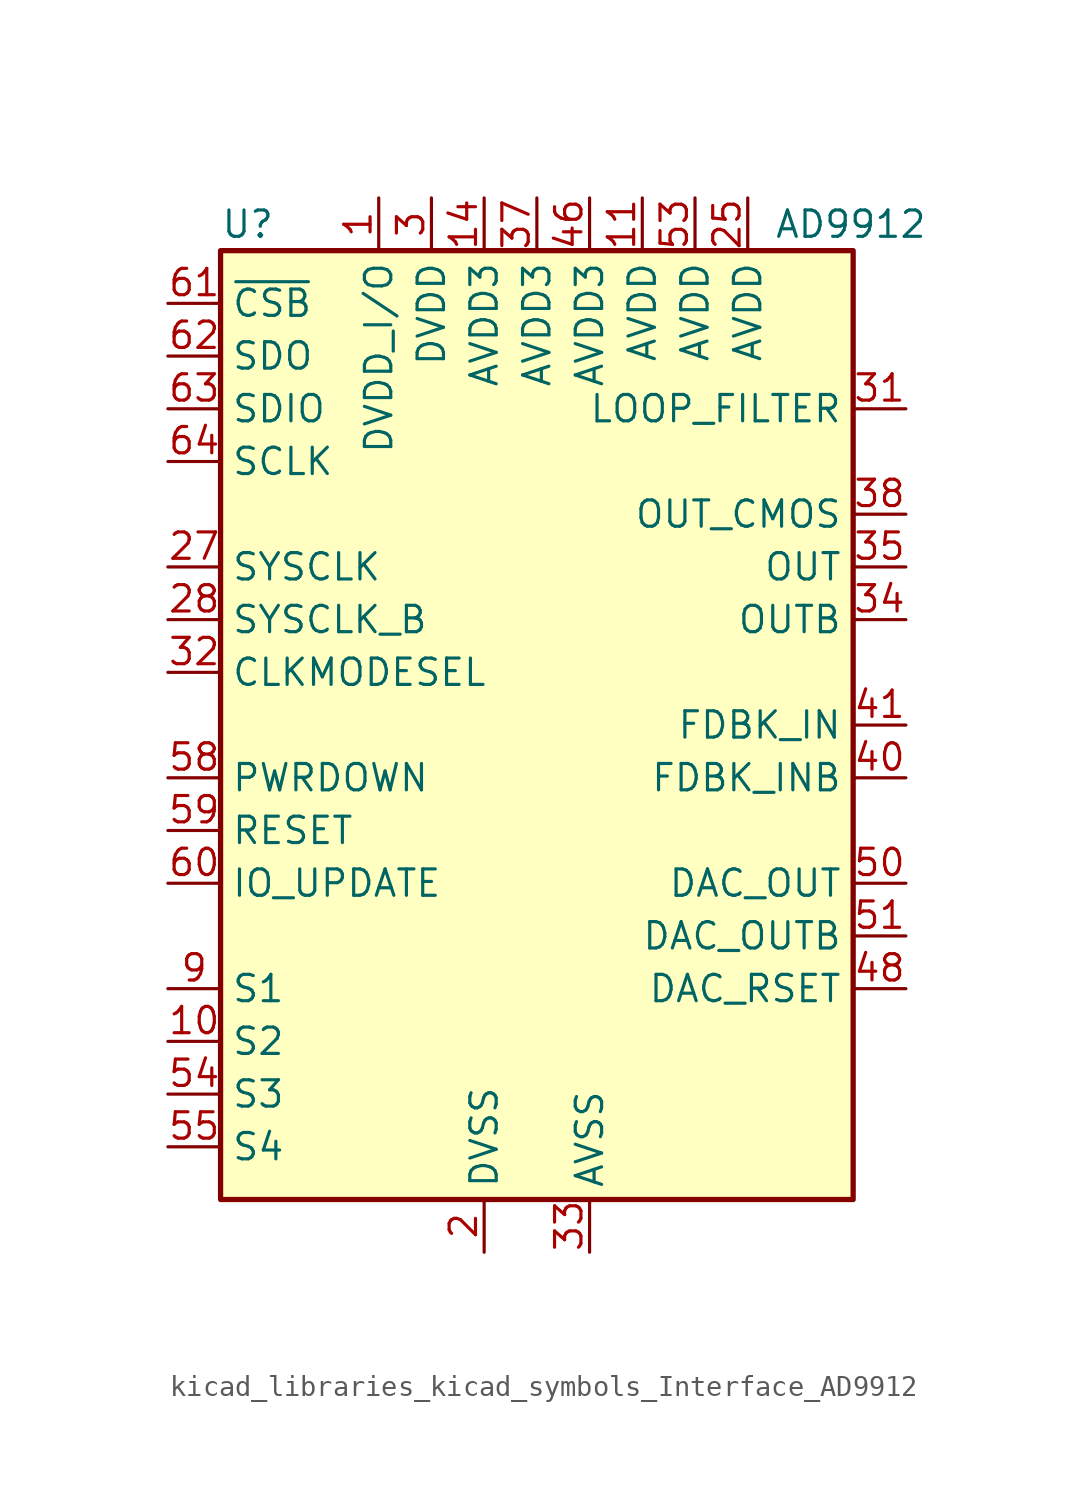
<source format=kicad_sym>
(kicad_symbol_lib
  (version 20220914)
  (generator kicad_symbol_editor)
  (symbol "kicad_libraries_kicad_symbols_Interface_AD9912"
    (property "Reference" "U"
      (at -15.24 24.13 0)
      (effects (font (size 1.27 1.27)) (justify left)))
    (property "Value" "AD9912"
      (at 11.43 24.13 0)
      (effects (font (size 1.27 1.27)) (justify left)))
    (symbol "kicad_libraries_kicad_symbols_Interface_AD9912_0_1"
      (rectangle (start -15.24 22.86) (end 15.24 -22.86) (stroke (width 0.254) (type default)) (fill (type background))))
    (symbol "kicad_libraries_kicad_symbols_Interface_AD9912_1_1"
      (pin power_in line (at -7.62 25.4 270) (length 2.54) (name "DVDD_I/O" (effects (font (size 1.27 1.27)))) (number "1" (effects (font (size 1.27 1.27)))))
      (pin tri_state line (at -17.78 -15.24 0) (length 2.54) (name "S2" (effects (font (size 1.27 1.27)))) (number "10" (effects (font (size 1.27 1.27)))))
      (pin power_in line (at 5.08 25.4 270) (length 2.54) (name "AVDD" (effects (font (size 1.27 1.27)))) (number "11" (effects (font (size 1.27 1.27)))))
      (pin no_connect line (at 7.62 -22.86 90) (length 2.54) hide (name "NC" (effects (font (size 1.27 1.27)))) (number "12" (effects (font (size 1.27 1.27)))))
      (pin no_connect line (at 10.16 -22.86 90) (length 2.54) hide (name "NC" (effects (font (size 1.27 1.27)))) (number "13" (effects (font (size 1.27 1.27)))))
      (pin power_in line (at -2.54 25.4 270) (length 2.54) (name "AVDD3" (effects (font (size 1.27 1.27)))) (number "14" (effects (font (size 1.27 1.27)))))
      (pin no_connect line (at 12.7 -22.86 90) (length 2.54) hide (name "NC" (effects (font (size 1.27 1.27)))) (number "15" (effects (font (size 1.27 1.27)))))
      (pin no_connect line (at 5.08 -22.86 90) (length 2.54) hide (name "NC" (effects (font (size 1.27 1.27)))) (number "16" (effects (font (size 1.27 1.27)))))
      (pin no_connect line (at 0 -22.86 90) (length 2.54) hide (name "NC" (effects (font (size 1.27 1.27)))) (number "17" (effects (font (size 1.27 1.27)))))
      (pin no_connect line (at -12.7 -22.86 90) (length 2.54) hide (name "NC" (effects (font (size 1.27 1.27)))) (number "18" (effects (font (size 1.27 1.27)))))
      (pin passive line (at 5.08 25.4 270) (length 2.54) hide (name "AVDD" (effects (font (size 1.27 1.27)))) (number "19" (effects (font (size 1.27 1.27)))))
      (pin power_in line (at -2.54 -25.4 90) (length 2.54) (name "DVSS" (effects (font (size 1.27 1.27)))) (number "2" (effects (font (size 1.27 1.27)))))
      (pin no_connect line (at -5.08 -22.86 90) (length 2.54) hide (name "NC" (effects (font (size 1.27 1.27)))) (number "20" (effects (font (size 1.27 1.27)))))
      (pin no_connect line (at -7.62 -22.86 90) (length 2.54) hide (name "NC" (effects (font (size 1.27 1.27)))) (number "21" (effects (font (size 1.27 1.27)))))
      (pin no_connect line (at -10.16 -22.86 90) (length 2.54) hide (name "NC" (effects (font (size 1.27 1.27)))) (number "22" (effects (font (size 1.27 1.27)))))
      (pin passive line (at 5.08 25.4 270) (length 2.54) hide (name "AVDD" (effects (font (size 1.27 1.27)))) (number "23" (effects (font (size 1.27 1.27)))))
      (pin passive line (at 5.08 25.4 270) (length 2.54) hide (name "AVDD" (effects (font (size 1.27 1.27)))) (number "24" (effects (font (size 1.27 1.27)))))
      (pin power_in line (at 10.16 25.4 270) (length 2.54) (name "AVDD" (effects (font (size 1.27 1.27)))) (number "25" (effects (font (size 1.27 1.27)))))
      (pin passive line (at 10.16 25.4 270) (length 2.54) hide (name "AVDD" (effects (font (size 1.27 1.27)))) (number "26" (effects (font (size 1.27 1.27)))))
      (pin input line (at -17.78 7.62 0) (length 2.54) (name "SYSCLK" (effects (font (size 1.27 1.27)))) (number "27" (effects (font (size 1.27 1.27)))))
      (pin input line (at -17.78 5.08 0) (length 2.54) (name "SYSCLK_B" (effects (font (size 1.27 1.27)))) (number "28" (effects (font (size 1.27 1.27)))))
      (pin passive line (at 10.16 25.4 270) (length 2.54) hide (name "AVDD" (effects (font (size 1.27 1.27)))) (number "29" (effects (font (size 1.27 1.27)))))
      (pin power_in line (at -5.08 25.4 270) (length 2.54) (name "DVDD" (effects (font (size 1.27 1.27)))) (number "3" (effects (font (size 1.27 1.27)))))
      (pin passive line (at 10.16 25.4 270) (length 2.54) hide (name "AVDD" (effects (font (size 1.27 1.27)))) (number "30" (effects (font (size 1.27 1.27)))))
      (pin passive line (at 17.78 15.24 180) (length 2.54) (name "LOOP_FILTER" (effects (font (size 1.27 1.27)))) (number "31" (effects (font (size 1.27 1.27)))))
      (pin input line (at -17.78 2.54 0) (length 2.54) (name "CLKMODESEL" (effects (font (size 1.27 1.27)))) (number "32" (effects (font (size 1.27 1.27)))))
      (pin power_in line (at 2.54 -25.4 90) (length 2.54) (name "AVSS" (effects (font (size 1.27 1.27)))) (number "33" (effects (font (size 1.27 1.27)))))
      (pin output line (at 17.78 5.08 180) (length 2.54) (name "OUTB" (effects (font (size 1.27 1.27)))) (number "34" (effects (font (size 1.27 1.27)))))
      (pin output line (at 17.78 7.62 180) (length 2.54) (name "OUT" (effects (font (size 1.27 1.27)))) (number "35" (effects (font (size 1.27 1.27)))))
      (pin passive line (at 5.08 25.4 270) (length 2.54) hide (name "AVDD" (effects (font (size 1.27 1.27)))) (number "36" (effects (font (size 1.27 1.27)))))
      (pin power_in line (at 0 25.4 270) (length 2.54) (name "AVDD3" (effects (font (size 1.27 1.27)))) (number "37" (effects (font (size 1.27 1.27)))))
      (pin output line (at 17.78 10.16 180) (length 2.54) (name "OUT_CMOS" (effects (font (size 1.27 1.27)))) (number "38" (effects (font (size 1.27 1.27)))))
      (pin passive line (at 2.54 -25.4 90) (length 2.54) hide (name "AVSS" (effects (font (size 1.27 1.27)))) (number "39" (effects (font (size 1.27 1.27)))))
      (pin passive line (at -2.54 -25.4 90) (length 2.54) hide (name "DVSS" (effects (font (size 1.27 1.27)))) (number "4" (effects (font (size 1.27 1.27)))))
      (pin input line (at 17.78 -2.54 180) (length 2.54) (name "FDBK_INB" (effects (font (size 1.27 1.27)))) (number "40" (effects (font (size 1.27 1.27)))))
      (pin input line (at 17.78 0 180) (length 2.54) (name "FDBK_IN" (effects (font (size 1.27 1.27)))) (number "41" (effects (font (size 1.27 1.27)))))
      (pin passive line (at 5.08 25.4 270) (length 2.54) hide (name "AVDD" (effects (font (size 1.27 1.27)))) (number "42" (effects (font (size 1.27 1.27)))))
      (pin passive line (at 2.54 -25.4 90) (length 2.54) hide (name "AVSS" (effects (font (size 1.27 1.27)))) (number "43" (effects (font (size 1.27 1.27)))))
      (pin passive line (at 5.08 25.4 270) (length 2.54) hide (name "AVDD" (effects (font (size 1.27 1.27)))) (number "44" (effects (font (size 1.27 1.27)))))
      (pin passive line (at 5.08 25.4 270) (length 2.54) hide (name "AVDD" (effects (font (size 1.27 1.27)))) (number "45" (effects (font (size 1.27 1.27)))))
      (pin power_in line (at 2.54 25.4 270) (length 2.54) (name "AVDD3" (effects (font (size 1.27 1.27)))) (number "46" (effects (font (size 1.27 1.27)))))
      (pin passive line (at 2.54 25.4 270) (length 2.54) hide (name "AVDD3" (effects (font (size 1.27 1.27)))) (number "47" (effects (font (size 1.27 1.27)))))
      (pin passive line (at 17.78 -12.7 180) (length 2.54) (name "DAC_RSET" (effects (font (size 1.27 1.27)))) (number "48" (effects (font (size 1.27 1.27)))))
      (pin passive line (at 2.54 25.4 270) (length 2.54) hide (name "AVDD3" (effects (font (size 1.27 1.27)))) (number "49" (effects (font (size 1.27 1.27)))))
      (pin passive line (at -5.08 25.4 270) (length 2.54) hide (name "DVDD" (effects (font (size 1.27 1.27)))) (number "5" (effects (font (size 1.27 1.27)))))
      (pin output line (at 17.78 -7.62 180) (length 2.54) (name "DAC_OUT" (effects (font (size 1.27 1.27)))) (number "50" (effects (font (size 1.27 1.27)))))
      (pin output line (at 17.78 -10.16 180) (length 2.54) (name "DAC_OUTB" (effects (font (size 1.27 1.27)))) (number "51" (effects (font (size 1.27 1.27)))))
      (pin passive line (at 2.54 -25.4 90) (length 2.54) hide (name "AVSS" (effects (font (size 1.27 1.27)))) (number "52" (effects (font (size 1.27 1.27)))))
      (pin power_in line (at 7.62 25.4 270) (length 2.54) (name "AVDD" (effects (font (size 1.27 1.27)))) (number "53" (effects (font (size 1.27 1.27)))))
      (pin tri_state line (at -17.78 -17.78 0) (length 2.54) (name "S3" (effects (font (size 1.27 1.27)))) (number "54" (effects (font (size 1.27 1.27)))))
      (pin tri_state line (at -17.78 -20.32 0) (length 2.54) (name "S4" (effects (font (size 1.27 1.27)))) (number "55" (effects (font (size 1.27 1.27)))))
      (pin passive line (at -2.54 -25.4 90) (length 2.54) hide (name "DVSS" (effects (font (size 1.27 1.27)))) (number "56" (effects (font (size 1.27 1.27)))))
      (pin passive line (at -2.54 -25.4 90) (length 2.54) hide (name "DVSS" (effects (font (size 1.27 1.27)))) (number "57" (effects (font (size 1.27 1.27)))))
      (pin input line (at -17.78 -2.54 0) (length 2.54) (name "PWRDOWN" (effects (font (size 1.27 1.27)))) (number "58" (effects (font (size 1.27 1.27)))))
      (pin input line (at -17.78 -5.08 0) (length 2.54) (name "RESET" (effects (font (size 1.27 1.27)))) (number "59" (effects (font (size 1.27 1.27)))))
      (pin passive line (at -2.54 -25.4 90) (length 2.54) hide (name "DVSS" (effects (font (size 1.27 1.27)))) (number "6" (effects (font (size 1.27 1.27)))))
      (pin input line (at -17.78 -7.62 0) (length 2.54) (name "IO_UPDATE" (effects (font (size 1.27 1.27)))) (number "60" (effects (font (size 1.27 1.27)))))
      (pin input line (at -17.78 20.32 0) (length 2.54) (name "~{CSB}" (effects (font (size 1.27 1.27)))) (number "61" (effects (font (size 1.27 1.27)))))
      (pin output line (at -17.78 17.78 0) (length 2.54) (name "SDO" (effects (font (size 1.27 1.27)))) (number "62" (effects (font (size 1.27 1.27)))))
      (pin bidirectional line (at -17.78 15.24 0) (length 2.54) (name "SDIO" (effects (font (size 1.27 1.27)))) (number "63" (effects (font (size 1.27 1.27)))))
      (pin input line (at -17.78 12.7 0) (length 2.54) (name "SCLK" (effects (font (size 1.27 1.27)))) (number "64" (effects (font (size 1.27 1.27)))))
      (pin passive line (at 2.54 -25.4 90) (length 2.54) hide (name "AVSS" (effects (font (size 1.27 1.27)))) (number "65" (effects (font (size 1.27 1.27)))))
      (pin passive line (at -5.08 25.4 270) (length 2.54) hide (name "DVDD" (effects (font (size 1.27 1.27)))) (number "7" (effects (font (size 1.27 1.27)))))
      (pin passive line (at -2.54 -25.4 90) (length 2.54) hide (name "DVSS" (effects (font (size 1.27 1.27)))) (number "8" (effects (font (size 1.27 1.27)))))
      (pin tri_state line (at -17.78 -12.7 0) (length 2.54) (name "S1" (effects (font (size 1.27 1.27)))) (number "9" (effects (font (size 1.27 1.27))))))))
</source>
